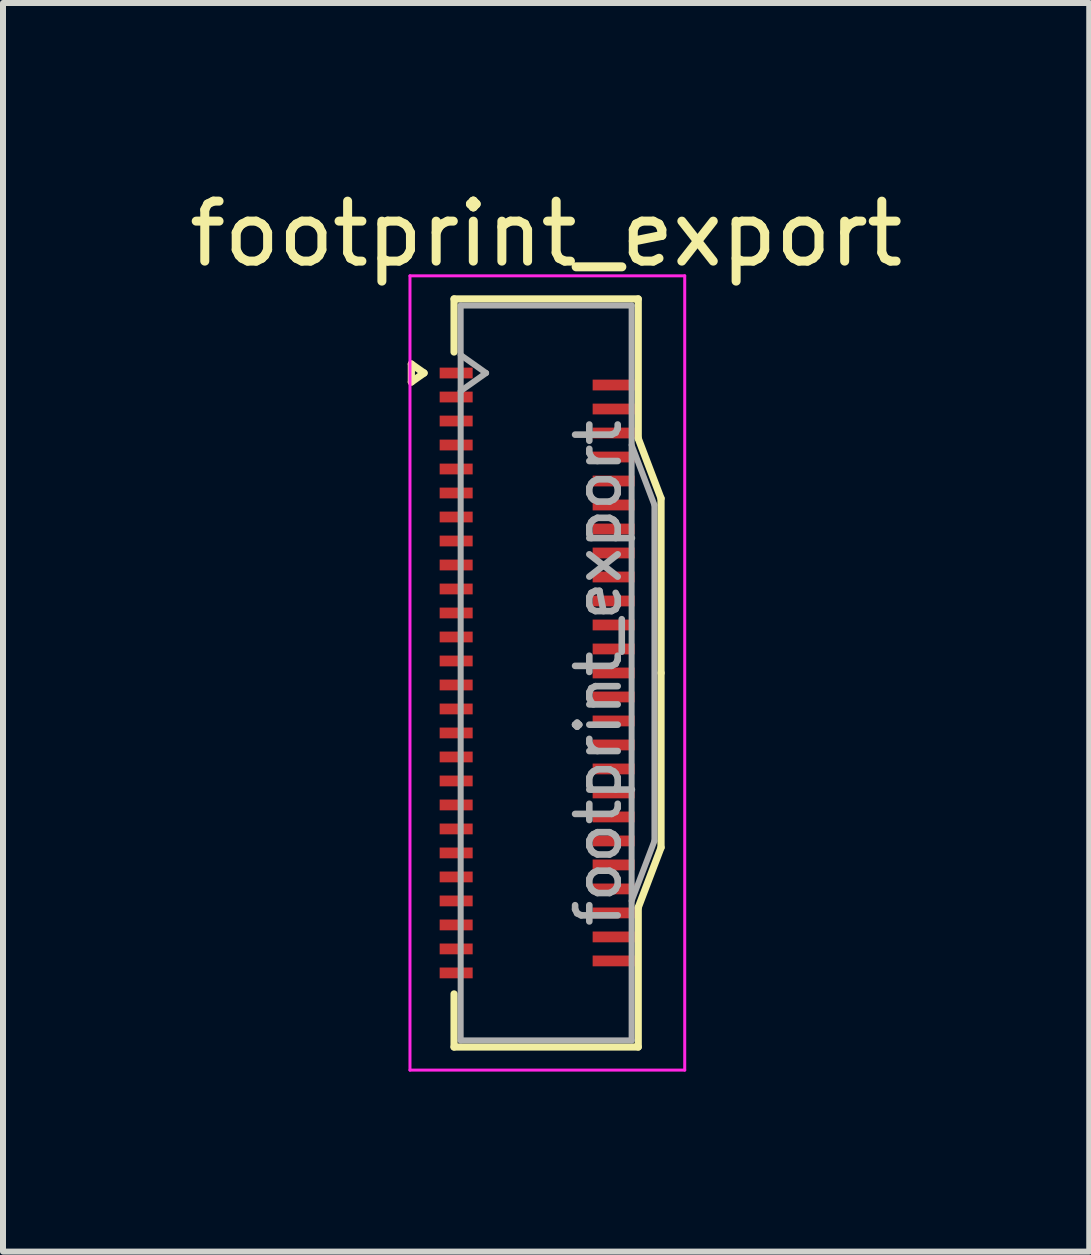
<source format=kicad_pcb>
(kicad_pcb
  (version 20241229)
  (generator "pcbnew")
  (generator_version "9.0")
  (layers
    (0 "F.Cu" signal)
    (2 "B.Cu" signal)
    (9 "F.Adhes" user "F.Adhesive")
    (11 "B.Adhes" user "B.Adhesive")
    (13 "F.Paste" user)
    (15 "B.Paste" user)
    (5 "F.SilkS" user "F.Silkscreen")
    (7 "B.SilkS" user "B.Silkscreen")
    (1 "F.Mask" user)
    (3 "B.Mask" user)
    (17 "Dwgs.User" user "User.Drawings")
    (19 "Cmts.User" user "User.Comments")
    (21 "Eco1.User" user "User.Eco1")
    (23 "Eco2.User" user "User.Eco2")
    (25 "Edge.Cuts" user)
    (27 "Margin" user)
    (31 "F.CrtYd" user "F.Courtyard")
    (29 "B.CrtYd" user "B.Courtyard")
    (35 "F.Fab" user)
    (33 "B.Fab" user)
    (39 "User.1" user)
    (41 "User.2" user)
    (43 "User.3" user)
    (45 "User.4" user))
  (footprint "footprint_export"
    (layer "F.Cu")
    (at 5.904 8.168)
    (property "Reference" "footprint_export" (at 0.15 -7.32 0) (layer "F.SilkS") (effects (font (size 1 1) (thickness 0.15))))
    (attr smd)
    (fp_line (start -2.097 -5.15) (end -1.885 -5) (stroke (width 0.12) (type solid)) (layer "F.SilkS"))
    (fp_line (start -2.097 -4.85) (end -2.097 -5.15) (stroke (width 0.12) (type solid)) (layer "F.SilkS"))
    (fp_line (start -1.885 -5) (end -2.097 -4.85) (stroke (width 0.12) (type solid)) (layer "F.SilkS"))
    (fp_line (start -1.385 -6.235) (end 1.685 -6.235) (stroke (width 0.12) (type solid)) (layer "F.SilkS"))
    (fp_line (start -1.385 -5.35) (end -1.385 -6.235) (stroke (width 0.12) (type solid)) (layer "F.SilkS"))
    (fp_line (start -1.385 5.35) (end -1.385 6.235) (stroke (width 0.12) (type solid)) (layer "F.SilkS"))
    (fp_line (start -1.385 6.235) (end 1.685 6.235) (stroke (width 0.12) (type solid)) (layer "F.SilkS"))
    (fp_line (start 1.685 -6.235) (end 1.685 -3.91) (stroke (width 0.12) (type solid)) (layer "F.SilkS"))
    (fp_line (start 1.685 -3.91) (end 2.065 -2.91) (stroke (width 0.12) (type solid)) (layer "F.SilkS"))
    (fp_line (start 1.685 3.91) (end 2.065 2.91) (stroke (width 0.12) (type solid)) (layer "F.SilkS"))
    (fp_line (start 1.685 6.235) (end 1.685 3.91) (stroke (width 0.12) (type solid)) (layer "F.SilkS"))
    (fp_line (start 2.065 -2.91) (end 2.065 0) (stroke (width 0.12) (type solid)) (layer "F.SilkS"))
    (fp_line (start 2.065 2.91) (end 2.065 0) (stroke (width 0.12) (type solid)) (layer "F.SilkS"))
    (fp_line (start -2.12 -6.62) (end -2.12 6.62) (stroke (width 0.05) (type solid)) (layer "F.CrtYd"))
    (fp_line (start -2.12 6.62) (end 2.46 6.62) (stroke (width 0.05) (type solid)) (layer "F.CrtYd"))
    (fp_line (start 2.46 -6.62) (end -2.12 -6.62) (stroke (width 0.05) (type solid)) (layer "F.CrtYd"))
    (fp_line (start 2.46 6.62) (end 2.46 -6.62) (stroke (width 0.05) (type solid)) (layer "F.CrtYd"))
    (fp_line (start -1.275 -6.125) (end -1.275 6.125) (stroke (width 0.1) (type solid)) (layer "F.Fab"))
    (fp_line (start -1.275 -5.3) (end -0.851 -5) (stroke (width 0.1) (type solid)) (layer "F.Fab"))
    (fp_line (start -1.275 6.125) (end 1.575 6.125) (stroke (width 0.1) (type solid)) (layer "F.Fab"))
    (fp_line (start -0.851 -5) (end -1.275 -4.7) (stroke (width 0.1) (type solid)) (layer "F.Fab"))
    (fp_line (start 1.575 -6.125) (end -1.275 -6.125) (stroke (width 0.1) (type solid)) (layer "F.Fab"))
    (fp_line (start 1.575 -3.8) (end 1.955 -2.8) (stroke (width 0.1) (type solid)) (layer "F.Fab"))
    (fp_line (start 1.575 6.125) (end 1.575 -6.125) (stroke (width 0.1) (type solid)) (layer "F.Fab"))
    (fp_line (start 1.955 -2.8) (end 1.955 2.8) (stroke (width 0.1) (type solid)) (layer "F.Fab"))
    (fp_line (start 1.955 2.8) (end 1.575 3.8) (stroke (width 0.1) (type solid)) (layer "F.Fab"))
    (fp_text user "${REFERENCE}" (at 1.02 0 90) (layer "F.Fab") (effects (font (size 0.71 0.71) (thickness 0.11))))
    (pad "1" smd rect (at -1.35 -5) (size 0.55 0.18) (layers "F.Cu" "F.Mask" "F.Paste"))
    (pad "2" smd rect (at 1.275 -4.8) (size 0.7 0.18) (layers "F.Cu" "F.Mask" "F.Paste"))
    (pad "3" smd rect (at -1.35 -4.6) (size 0.55 0.18) (layers "F.Cu" "F.Mask" "F.Paste"))
    (pad "4" smd rect (at 1.275 -4.4) (size 0.7 0.18) (layers "F.Cu" "F.Mask" "F.Paste"))
    (pad "5" smd rect (at -1.35 -4.2) (size 0.55 0.18) (layers "F.Cu" "F.Mask" "F.Paste"))
    (pad "6" smd rect (at 1.275 -4) (size 0.7 0.18) (layers "F.Cu" "F.Mask" "F.Paste"))
    (pad "7" smd rect (at -1.35 -3.8) (size 0.55 0.18) (layers "F.Cu" "F.Mask" "F.Paste"))
    (pad "8" smd rect (at 1.275 -3.6) (size 0.7 0.18) (layers "F.Cu" "F.Mask" "F.Paste"))
    (pad "9" smd rect (at -1.35 -3.4) (size 0.55 0.18) (layers "F.Cu" "F.Mask" "F.Paste"))
    (pad "10" smd rect (at 1.275 -3.2) (size 0.7 0.18) (layers "F.Cu" "F.Mask" "F.Paste"))
    (pad "11" smd rect (at -1.35 -3) (size 0.55 0.18) (layers "F.Cu" "F.Mask" "F.Paste"))
    (pad "12" smd rect (at 1.275 -2.8) (size 0.7 0.18) (layers "F.Cu" "F.Mask" "F.Paste"))
    (pad "13" smd rect (at -1.35 -2.6) (size 0.55 0.18) (layers "F.Cu" "F.Mask" "F.Paste"))
    (pad "14" smd rect (at 1.275 -2.4) (size 0.7 0.18) (layers "F.Cu" "F.Mask" "F.Paste"))
    (pad "15" smd rect (at -1.35 -2.2) (size 0.55 0.18) (layers "F.Cu" "F.Mask" "F.Paste"))
    (pad "16" smd rect (at 1.275 -2) (size 0.7 0.18) (layers "F.Cu" "F.Mask" "F.Paste"))
    (pad "17" smd rect (at -1.35 -1.8) (size 0.55 0.18) (layers "F.Cu" "F.Mask" "F.Paste"))
    (pad "18" smd rect (at 1.275 -1.6) (size 0.7 0.18) (layers "F.Cu" "F.Mask" "F.Paste"))
    (pad "19" smd rect (at -1.35 -1.4) (size 0.55 0.18) (layers "F.Cu" "F.Mask" "F.Paste"))
    (pad "20" smd rect (at 1.275 -1.2) (size 0.7 0.18) (layers "F.Cu" "F.Mask" "F.Paste"))
    (pad "21" smd rect (at -1.35 -1) (size 0.55 0.18) (layers "F.Cu" "F.Mask" "F.Paste"))
    (pad "22" smd rect (at 1.275 -0.8) (size 0.7 0.18) (layers "F.Cu" "F.Mask" "F.Paste"))
    (pad "23" smd rect (at -1.35 -0.6) (size 0.55 0.18) (layers "F.Cu" "F.Mask" "F.Paste"))
    (pad "24" smd rect (at 1.275 -0.4) (size 0.7 0.18) (layers "F.Cu" "F.Mask" "F.Paste"))
    (pad "25" smd rect (at -1.35 -0.2) (size 0.55 0.18) (layers "F.Cu" "F.Mask" "F.Paste"))
    (pad "26" smd rect (at 1.275 0) (size 0.7 0.18) (layers "F.Cu" "F.Mask" "F.Paste"))
    (pad "27" smd rect (at -1.35 0.2) (size 0.55 0.18) (layers "F.Cu" "F.Mask" "F.Paste"))
    (pad "28" smd rect (at 1.275 0.4) (size 0.7 0.18) (layers "F.Cu" "F.Mask" "F.Paste"))
    (pad "29" smd rect (at -1.35 0.6) (size 0.55 0.18) (layers "F.Cu" "F.Mask" "F.Paste"))
    (pad "30" smd rect (at 1.275 0.8) (size 0.7 0.18) (layers "F.Cu" "F.Mask" "F.Paste"))
    (pad "31" smd rect (at -1.35 1) (size 0.55 0.18) (layers "F.Cu" "F.Mask" "F.Paste"))
    (pad "32" smd rect (at 1.275 1.2) (size 0.7 0.18) (layers "F.Cu" "F.Mask" "F.Paste"))
    (pad "33" smd rect (at -1.35 1.4) (size 0.55 0.18) (layers "F.Cu" "F.Mask" "F.Paste"))
    (pad "34" smd rect (at 1.275 1.6) (size 0.7 0.18) (layers "F.Cu" "F.Mask" "F.Paste"))
    (pad "35" smd rect (at -1.35 1.8) (size 0.55 0.18) (layers "F.Cu" "F.Mask" "F.Paste"))
    (pad "36" smd rect (at 1.275 2) (size 0.7 0.18) (layers "F.Cu" "F.Mask" "F.Paste"))
    (pad "37" smd rect (at -1.35 2.2) (size 0.55 0.18) (layers "F.Cu" "F.Mask" "F.Paste"))
    (pad "38" smd rect (at 1.275 2.4) (size 0.7 0.18) (layers "F.Cu" "F.Mask" "F.Paste"))
    (pad "39" smd rect (at -1.35 2.6) (size 0.55 0.18) (layers "F.Cu" "F.Mask" "F.Paste"))
    (pad "40" smd rect (at 1.275 2.8) (size 0.7 0.18) (layers "F.Cu" "F.Mask" "F.Paste"))
    (pad "41" smd rect (at -1.35 3) (size 0.55 0.18) (layers "F.Cu" "F.Mask" "F.Paste"))
    (pad "42" smd rect (at 1.275 3.2) (size 0.7 0.18) (layers "F.Cu" "F.Mask" "F.Paste"))
    (pad "43" smd rect (at -1.35 3.4) (size 0.55 0.18) (layers "F.Cu" "F.Mask" "F.Paste"))
    (pad "44" smd rect (at 1.275 3.6) (size 0.7 0.18) (layers "F.Cu" "F.Mask" "F.Paste"))
    (pad "45" smd rect (at -1.35 3.8) (size 0.55 0.18) (layers "F.Cu" "F.Mask" "F.Paste"))
    (pad "46" smd rect (at 1.275 4) (size 0.7 0.18) (layers "F.Cu" "F.Mask" "F.Paste"))
    (pad "47" smd rect (at -1.35 4.2) (size 0.55 0.18) (layers "F.Cu" "F.Mask" "F.Paste"))
    (pad "48" smd rect (at 1.275 4.4) (size 0.7 0.18) (layers "F.Cu" "F.Mask" "F.Paste"))
    (pad "49" smd rect (at -1.35 4.6) (size 0.55 0.18) (layers "F.Cu" "F.Mask" "F.Paste"))
    (pad "50" smd rect (at 1.275 4.8) (size 0.7 0.18) (layers "F.Cu" "F.Mask" "F.Paste"))
    (pad "51" smd rect (at -1.35 5) (size 0.55 0.18) (layers "F.Cu" "F.Mask" "F.Paste")))
  (gr_rect
    (start -3 -3)
    (end 15.107 17.813)
    (stroke (width 0.1) (type default))
    (fill no)
    (layer "Edge.Cuts")))
</source>
